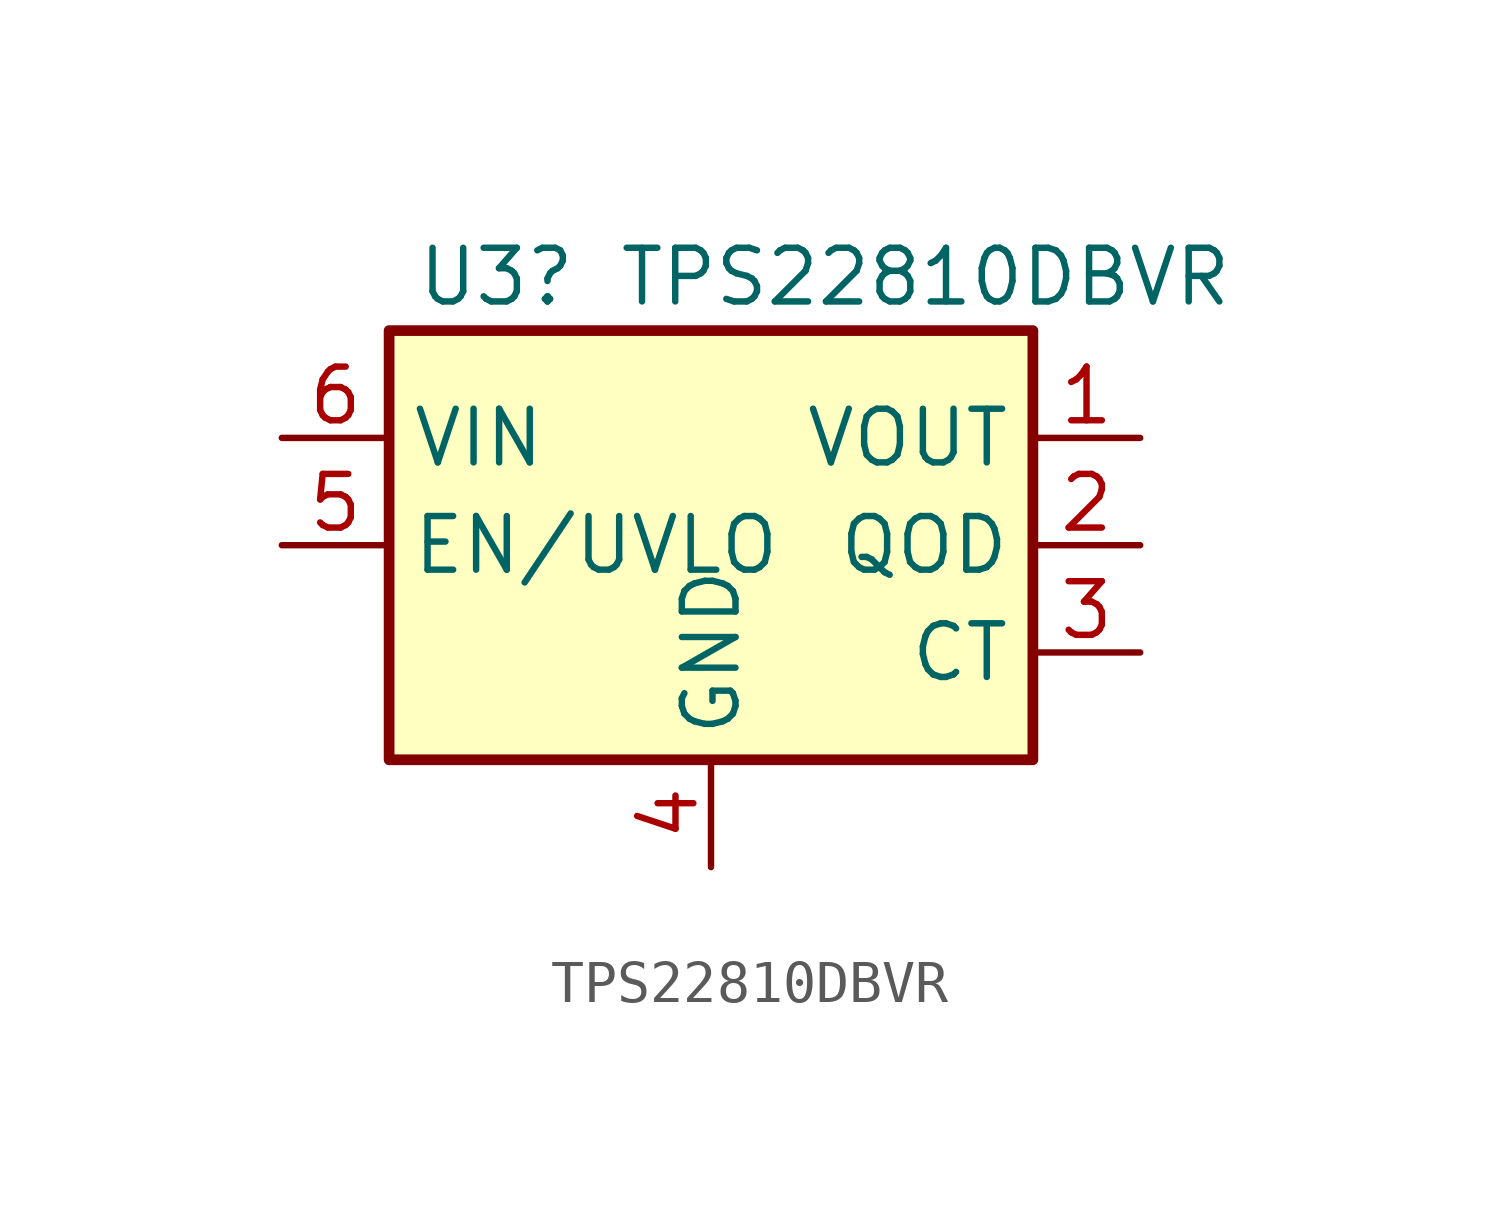
<source format=kicad_sym>
(kicad_symbol_lib
  (version 20211014)
  (generator kicad_symbol_editor)
  (symbol "TPS22810DBVR"
    (property "Reference" "U3"
      (at -5.08 6.35 0)
      (effects (font (size 1.27 1.27))))
    (property "Value" "TPS22810DBVR"
      (at 5.08 6.35 0)
      (effects (font (size 1.27 1.27))))
    (symbol "TPS22810DBVR_1_1"
      (rectangle (start -7.62 5.08) (end 7.62 -5.08) (stroke (width 0.254) (type default) (color 0 0 0 0)) (fill (type background)))
      (pin power_out line (at 10.16 2.54 180) (length 2.54) (name "VOUT" (effects (font (size 1.27 1.27)))) (number "1" (effects (font (size 1.27 1.27)))))
      (pin open_collector line (at 10.16 0 180) (length 2.54) (name "QOD" (effects (font (size 1.27 1.27)))) (number "2" (effects (font (size 1.27 1.27)))))
      (pin output line (at 10.16 -2.54 180) (length 2.54) (name "CT" (effects (font (size 1.27 1.27)))) (number "3" (effects (font (size 1.27 1.27)))))
      (pin power_in line (at 0 -7.62 90) (length 2.54) (name "GND" (effects (font (size 1.27 1.27)))) (number "4" (effects (font (size 1.27 1.27)))))
      (pin input line (at -10.16 0 0) (length 2.54) (name "EN/UVLO" (effects (font (size 1.27 1.27)))) (number "5" (effects (font (size 1.27 1.27)))))
      (pin power_in line (at -10.16 2.54 0) (length 2.54) (name "VIN" (effects (font (size 1.27 1.27)))) (number "6" (effects (font (size 1.27 1.27))))))))
</source>
